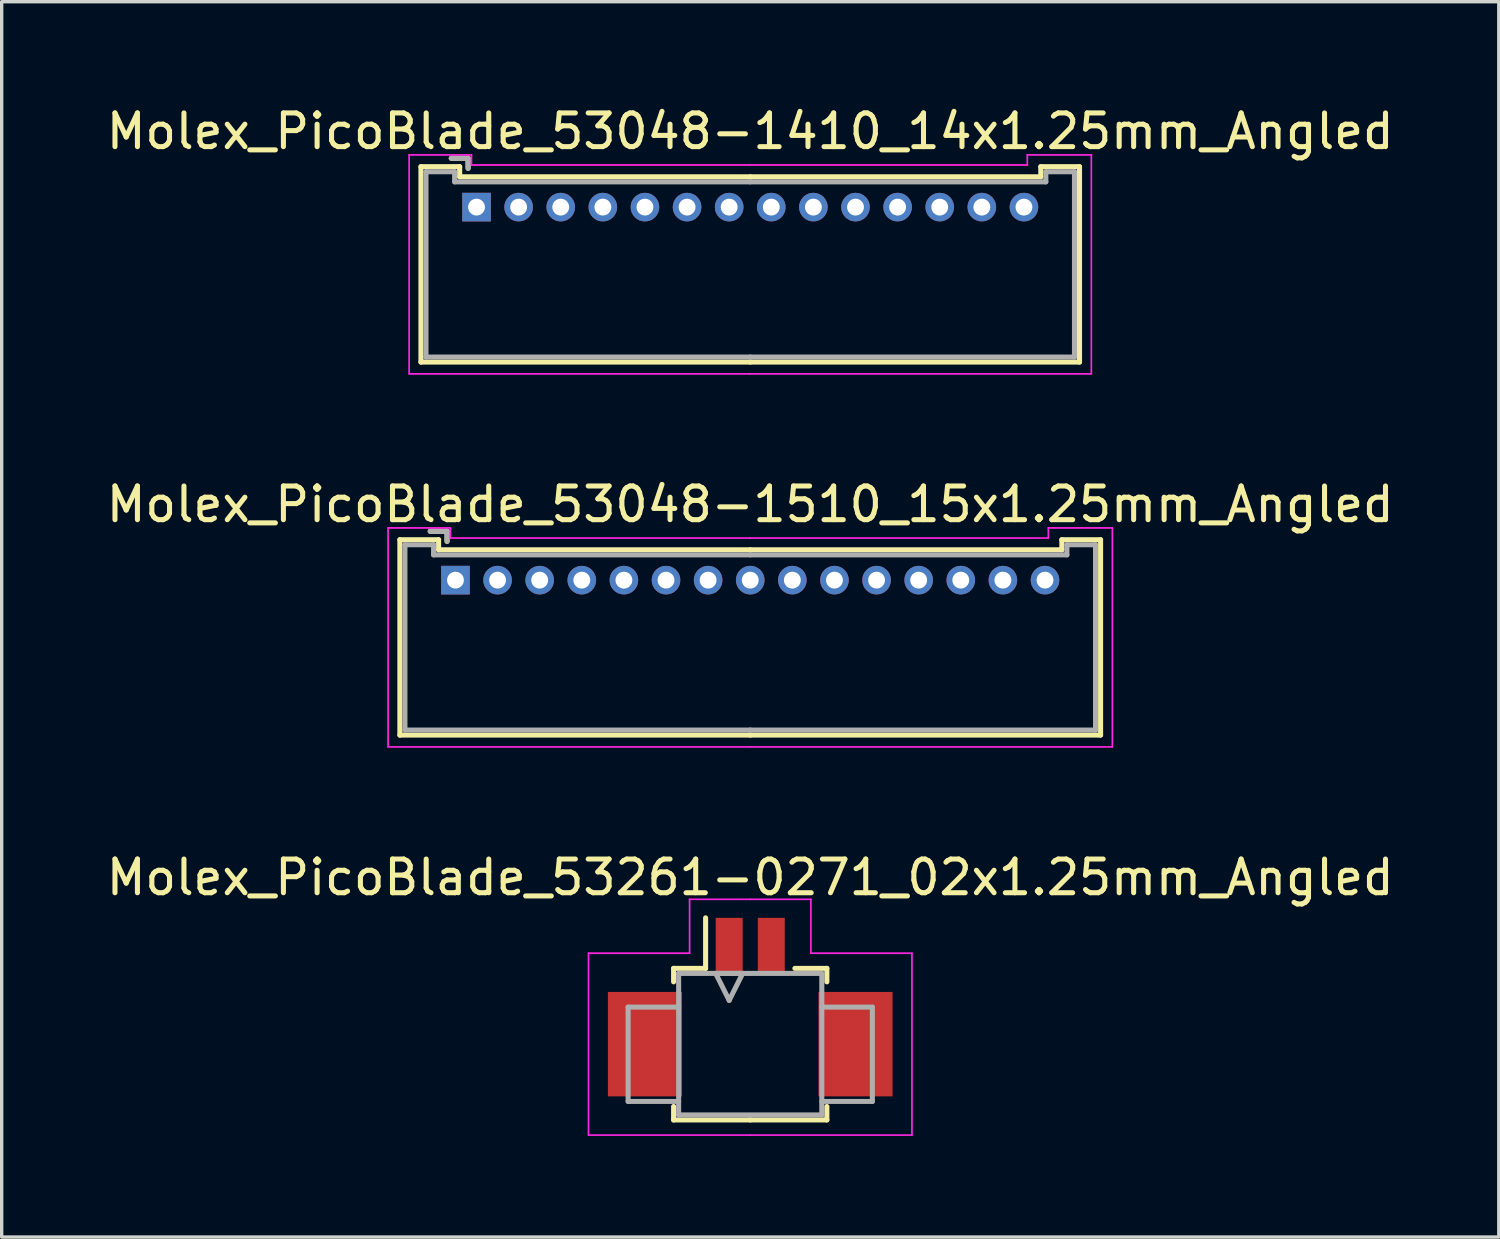
<source format=kicad_pcb>
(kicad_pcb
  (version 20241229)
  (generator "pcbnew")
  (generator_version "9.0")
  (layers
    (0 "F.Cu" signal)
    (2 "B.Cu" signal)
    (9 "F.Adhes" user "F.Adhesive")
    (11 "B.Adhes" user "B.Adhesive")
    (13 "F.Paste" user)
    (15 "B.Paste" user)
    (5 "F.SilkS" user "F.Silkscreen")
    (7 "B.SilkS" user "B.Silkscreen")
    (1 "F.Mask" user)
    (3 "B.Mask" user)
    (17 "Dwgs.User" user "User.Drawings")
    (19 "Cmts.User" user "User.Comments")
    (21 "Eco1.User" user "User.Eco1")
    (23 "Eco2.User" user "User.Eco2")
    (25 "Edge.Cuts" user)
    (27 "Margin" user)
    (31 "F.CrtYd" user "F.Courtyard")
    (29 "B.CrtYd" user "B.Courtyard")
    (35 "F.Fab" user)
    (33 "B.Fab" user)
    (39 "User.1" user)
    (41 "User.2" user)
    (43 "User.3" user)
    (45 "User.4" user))
  (footprint "Molex_PicoBlade_53048-1410_14x1.25mm_Angled"
    (layer "F.Cu")
    (at 11.095 3.098)
    (property "Reference" "Molex_PicoBlade_53048-1410_14x1.25mm_Angled" (at 8.125 -2.25 0) (layer "F.SilkS") (effects (font (size 1 1) (thickness 0.15))))
    (attr through_hole)
    (fp_line (start -1.65 -1.2) (end -1.65 4.6) (stroke (width 0.15) (type solid)) (layer "F.SilkS"))
    (fp_line (start -1.65 4.6) (end 8.125 4.6) (stroke (width 0.15) (type solid)) (layer "F.SilkS"))
    (fp_line (start -0.5 -1.2) (end -1.65 -1.2) (stroke (width 0.15) (type solid)) (layer "F.SilkS"))
    (fp_line (start -0.5 -0.9) (end -0.5 -1.2) (stroke (width 0.15) (type solid)) (layer "F.SilkS"))
    (fp_line (start -0.25 -1.45) (end -0.75 -1.45) (stroke (width 0.15) (type solid)) (layer "F.SilkS"))
    (fp_line (start -0.25 -1.15) (end -0.25 -1.45) (stroke (width 0.15) (type solid)) (layer "F.SilkS"))
    (fp_line (start 8.125 -0.9) (end -0.5 -0.9) (stroke (width 0.15) (type solid)) (layer "F.SilkS"))
    (fp_line (start 8.125 -0.9) (end 16.75 -0.9) (stroke (width 0.15) (type solid)) (layer "F.SilkS"))
    (fp_line (start 16.75 -1.2) (end 17.9 -1.2) (stroke (width 0.15) (type solid)) (layer "F.SilkS"))
    (fp_line (start 16.75 -0.9) (end 16.75 -1.2) (stroke (width 0.15) (type solid)) (layer "F.SilkS"))
    (fp_line (start 17.9 -1.2) (end 17.9 4.6) (stroke (width 0.15) (type solid)) (layer "F.SilkS"))
    (fp_line (start 17.9 4.6) (end 8.125 4.6) (stroke (width 0.15) (type solid)) (layer "F.SilkS"))
    (fp_line (start -2 -1.55) (end -2 4.95) (stroke (width 0.05) (type solid)) (layer "F.CrtYd"))
    (fp_line (start -2 4.95) (end 8.1 4.95) (stroke (width 0.05) (type solid)) (layer "F.CrtYd"))
    (fp_line (start -0.15 -1.55) (end -2 -1.55) (stroke (width 0.05) (type solid)) (layer "F.CrtYd"))
    (fp_line (start -0.15 -1.25) (end -0.15 -1.55) (stroke (width 0.05) (type solid)) (layer "F.CrtYd"))
    (fp_line (start 8.1 -1.25) (end -0.15 -1.25) (stroke (width 0.05) (type solid)) (layer "F.CrtYd"))
    (fp_line (start 8.1 -1.25) (end 16.35 -1.25) (stroke (width 0.05) (type solid)) (layer "F.CrtYd"))
    (fp_line (start 16.35 -1.55) (end 18.25 -1.55) (stroke (width 0.05) (type solid)) (layer "F.CrtYd"))
    (fp_line (start 16.35 -1.25) (end 16.35 -1.55) (stroke (width 0.05) (type solid)) (layer "F.CrtYd"))
    (fp_line (start 18.25 -1.55) (end 18.25 4.95) (stroke (width 0.05) (type solid)) (layer "F.CrtYd"))
    (fp_line (start 18.25 4.95) (end 8.1 4.95) (stroke (width 0.05) (type solid)) (layer "F.CrtYd"))
    (fp_line (start -1.5 -1.05) (end -1.5 4.45) (stroke (width 0.15) (type solid)) (layer "F.Fab"))
    (fp_line (start -1.5 4.45) (end 8.125 4.45) (stroke (width 0.15) (type solid)) (layer "F.Fab"))
    (fp_line (start -0.65 -1.05) (end -1.5 -1.05) (stroke (width 0.15) (type solid)) (layer "F.Fab"))
    (fp_line (start -0.65 -0.75) (end -0.65 -1.05) (stroke (width 0.15) (type solid)) (layer "F.Fab"))
    (fp_line (start -0.25 -1.45) (end -0.75 -1.45) (stroke (width 0.15) (type solid)) (layer "F.Fab"))
    (fp_line (start -0.25 -1.15) (end -0.25 -1.45) (stroke (width 0.15) (type solid)) (layer "F.Fab"))
    (fp_line (start 8.125 -0.75) (end -0.65 -0.75) (stroke (width 0.15) (type solid)) (layer "F.Fab"))
    (fp_line (start 8.125 -0.75) (end 16.9 -0.75) (stroke (width 0.15) (type solid)) (layer "F.Fab"))
    (fp_line (start 16.9 -1.05) (end 17.75 -1.05) (stroke (width 0.15) (type solid)) (layer "F.Fab"))
    (fp_line (start 16.9 -0.75) (end 16.9 -1.05) (stroke (width 0.15) (type solid)) (layer "F.Fab"))
    (fp_line (start 17.75 -1.05) (end 17.75 4.45) (stroke (width 0.15) (type solid)) (layer "F.Fab"))
    (fp_line (start 17.75 4.45) (end 8.125 4.45) (stroke (width 0.15) (type solid)) (layer "F.Fab"))
    (pad "1" thru_hole rect (at 0 0) (size 0.85 0.85) (drill 0.5) (layers "*.Cu" "*.Mask"))
    (pad "2" thru_hole circle (at 1.25 0) (size 0.85 0.85) (drill 0.5) (layers "*.Cu" "*.Mask"))
    (pad "3" thru_hole circle (at 2.5 0) (size 0.85 0.85) (drill 0.5) (layers "*.Cu" "*.Mask"))
    (pad "4" thru_hole circle (at 3.75 0) (size 0.85 0.85) (drill 0.5) (layers "*.Cu" "*.Mask"))
    (pad "5" thru_hole circle (at 5 0) (size 0.85 0.85) (drill 0.5) (layers "*.Cu" "*.Mask"))
    (pad "6" thru_hole circle (at 6.25 0) (size 0.85 0.85) (drill 0.5) (layers "*.Cu" "*.Mask"))
    (pad "7" thru_hole circle (at 7.5 0) (size 0.85 0.85) (drill 0.5) (layers "*.Cu" "*.Mask"))
    (pad "8" thru_hole circle (at 8.75 0) (size 0.85 0.85) (drill 0.5) (layers "*.Cu" "*.Mask"))
    (pad "9" thru_hole circle (at 10 0) (size 0.85 0.85) (drill 0.5) (layers "*.Cu" "*.Mask"))
    (pad "10" thru_hole circle (at 11.25 0) (size 0.85 0.85) (drill 0.5) (layers "*.Cu" "*.Mask"))
    (pad "11" thru_hole circle (at 12.5 0) (size 0.85 0.85) (drill 0.5) (layers "*.Cu" "*.Mask"))
    (pad "12" thru_hole circle (at 13.75 0) (size 0.85 0.85) (drill 0.5) (layers "*.Cu" "*.Mask"))
    (pad "13" thru_hole circle (at 15 0) (size 0.85 0.85) (drill 0.5) (layers "*.Cu" "*.Mask"))
    (pad "14" thru_hole circle (at 16.25 0) (size 0.85 0.85) (drill 0.5) (layers "*.Cu" "*.Mask")))
  (footprint "Molex_PicoBlade_53261-0271_02x1.25mm_Angled"
    (layer "F.Cu")
    (at 19.22 26.495)
    (property "Reference" "Molex_PicoBlade_53261-0271_02x1.25mm_Angled" (at 0 -3.5 0) (layer "F.SilkS") (effects (font (size 1 1) (thickness 0.15))))
    (attr smd)
    (fp_line (start -2.275 -0.8) (end -2.275 -0.4) (stroke (width 0.15) (type solid)) (layer "F.SilkS"))
    (fp_line (start -2.275 3.3) (end -2.275 3.7) (stroke (width 0.15) (type solid)) (layer "F.SilkS"))
    (fp_line (start -2.275 3.7) (end 0 3.7) (stroke (width 0.15) (type solid)) (layer "F.SilkS"))
    (fp_line (start -1.325 -0.8) (end -2.275 -0.8) (stroke (width 0.15) (type solid)) (layer "F.SilkS"))
    (fp_line (start -1.325 -0.8) (end -1.325 -2.3) (stroke (width 0.15) (type solid)) (layer "F.SilkS"))
    (fp_line (start 1.325 -0.8) (end 2.275 -0.8) (stroke (width 0.15) (type solid)) (layer "F.SilkS"))
    (fp_line (start 2.275 -0.8) (end 2.275 -0.4) (stroke (width 0.15) (type solid)) (layer "F.SilkS"))
    (fp_line (start 2.275 3.3) (end 2.275 3.7) (stroke (width 0.15) (type solid)) (layer "F.SilkS"))
    (fp_line (start 2.275 3.7) (end 0 3.7) (stroke (width 0.15) (type solid)) (layer "F.SilkS"))
    (fp_line (start -4.8 -1.25) (end -4.8 4.15) (stroke (width 0.05) (type solid)) (layer "F.CrtYd"))
    (fp_line (start -4.8 4.15) (end 0 4.15) (stroke (width 0.05) (type solid)) (layer "F.CrtYd"))
    (fp_line (start -1.8 -2.85) (end -1.8 -1.25) (stroke (width 0.05) (type solid)) (layer "F.CrtYd"))
    (fp_line (start -1.8 -1.25) (end -4.8 -1.25) (stroke (width 0.05) (type solid)) (layer "F.CrtYd"))
    (fp_line (start 0 -2.85) (end -1.8 -2.85) (stroke (width 0.05) (type solid)) (layer "F.CrtYd"))
    (fp_line (start 0 -2.85) (end 1.8 -2.85) (stroke (width 0.05) (type solid)) (layer "F.CrtYd"))
    (fp_line (start 1.8 -2.85) (end 1.8 -1.25) (stroke (width 0.05) (type solid)) (layer "F.CrtYd"))
    (fp_line (start 1.8 -1.25) (end 4.8 -1.25) (stroke (width 0.05) (type solid)) (layer "F.CrtYd"))
    (fp_line (start 4.8 -1.25) (end 4.8 4.15) (stroke (width 0.05) (type solid)) (layer "F.CrtYd"))
    (fp_line (start 4.8 4.15) (end 0 4.15) (stroke (width 0.05) (type solid)) (layer "F.CrtYd"))
    (fp_line (start -3.625 0.35) (end -3.625 3.15) (stroke (width 0.15) (type solid)) (layer "F.Fab"))
    (fp_line (start -3.625 3.15) (end -2.125 3.15) (stroke (width 0.15) (type solid)) (layer "F.Fab"))
    (fp_line (start -2.125 -0.65) (end 2.125 -0.65) (stroke (width 0.15) (type solid)) (layer "F.Fab"))
    (fp_line (start -2.125 0.35) (end -3.625 0.35) (stroke (width 0.15) (type solid)) (layer "F.Fab"))
    (fp_line (start -2.125 3.55) (end -2.125 -0.65) (stroke (width 0.15) (type solid)) (layer "F.Fab"))
    (fp_line (start -1.025 -0.65) (end -0.625 0.15) (stroke (width 0.15) (type solid)) (layer "F.Fab"))
    (fp_line (start -0.625 0.15) (end -0.225 -0.65) (stroke (width 0.15) (type solid)) (layer "F.Fab"))
    (fp_line (start -0.225 -0.65) (end -1.025 -0.65) (stroke (width 0.15) (type solid)) (layer "F.Fab"))
    (fp_line (start 2.125 -0.65) (end 2.125 3.55) (stroke (width 0.15) (type solid)) (layer "F.Fab"))
    (fp_line (start 2.125 0.35) (end 3.625 0.35) (stroke (width 0.15) (type solid)) (layer "F.Fab"))
    (fp_line (start 2.125 3.55) (end -2.125 3.55) (stroke (width 0.15) (type solid)) (layer "F.Fab"))
    (fp_line (start 3.625 0.35) (end 3.625 3.15) (stroke (width 0.15) (type solid)) (layer "F.Fab"))
    (fp_line (start 3.625 3.15) (end 2.125 3.15) (stroke (width 0.15) (type solid)) (layer "F.Fab"))
    (pad "" smd rect (at -3.125 1.45) (size 2.2 3.1) (layers "F.Cu" "F.Mask" "F.Paste"))
    (pad "" smd rect (at 3.125 1.45) (size 2.2 3.1) (layers "F.Cu" "F.Mask" "F.Paste"))
    (pad "1" smd rect (at -0.625 -1.45) (size 0.8 1.7) (layers "F.Cu" "F.Mask" "F.Paste"))
    (pad "2" smd rect (at 0.625 -1.45) (size 0.8 1.7) (layers "F.Cu" "F.Mask" "F.Paste")))
  (footprint "Molex_PicoBlade_53048-1510_15x1.25mm_Angled"
    (layer "F.Cu")
    (at 10.47 14.171)
    (property "Reference" "Molex_PicoBlade_53048-1510_15x1.25mm_Angled" (at 8.75 -2.25 0) (layer "F.SilkS") (effects (font (size 1 1) (thickness 0.15))))
    (attr through_hole)
    (fp_line (start -1.65 -1.2) (end -1.65 4.6) (stroke (width 0.15) (type solid)) (layer "F.SilkS"))
    (fp_line (start -1.65 4.6) (end 8.75 4.6) (stroke (width 0.15) (type solid)) (layer "F.SilkS"))
    (fp_line (start -0.5 -1.2) (end -1.65 -1.2) (stroke (width 0.15) (type solid)) (layer "F.SilkS"))
    (fp_line (start -0.5 -0.9) (end -0.5 -1.2) (stroke (width 0.15) (type solid)) (layer "F.SilkS"))
    (fp_line (start -0.25 -1.45) (end -0.75 -1.45) (stroke (width 0.15) (type solid)) (layer "F.SilkS"))
    (fp_line (start -0.25 -1.15) (end -0.25 -1.45) (stroke (width 0.15) (type solid)) (layer "F.SilkS"))
    (fp_line (start 8.75 -0.9) (end -0.5 -0.9) (stroke (width 0.15) (type solid)) (layer "F.SilkS"))
    (fp_line (start 8.75 -0.9) (end 18 -0.9) (stroke (width 0.15) (type solid)) (layer "F.SilkS"))
    (fp_line (start 18 -1.2) (end 19.15 -1.2) (stroke (width 0.15) (type solid)) (layer "F.SilkS"))
    (fp_line (start 18 -0.9) (end 18 -1.2) (stroke (width 0.15) (type solid)) (layer "F.SilkS"))
    (fp_line (start 19.15 -1.2) (end 19.15 4.6) (stroke (width 0.15) (type solid)) (layer "F.SilkS"))
    (fp_line (start 19.15 4.6) (end 8.75 4.6) (stroke (width 0.15) (type solid)) (layer "F.SilkS"))
    (fp_line (start -2 -1.55) (end -2 4.95) (stroke (width 0.05) (type solid)) (layer "F.CrtYd"))
    (fp_line (start -2 4.95) (end 8.75 4.95) (stroke (width 0.05) (type solid)) (layer "F.CrtYd"))
    (fp_line (start -0.15 -1.55) (end -2 -1.55) (stroke (width 0.05) (type solid)) (layer "F.CrtYd"))
    (fp_line (start -0.15 -1.25) (end -0.15 -1.55) (stroke (width 0.05) (type solid)) (layer "F.CrtYd"))
    (fp_line (start 8.75 -1.25) (end -0.15 -1.25) (stroke (width 0.05) (type solid)) (layer "F.CrtYd"))
    (fp_line (start 8.75 -1.25) (end 17.6 -1.25) (stroke (width 0.05) (type solid)) (layer "F.CrtYd"))
    (fp_line (start 17.6 -1.55) (end 19.5 -1.55) (stroke (width 0.05) (type solid)) (layer "F.CrtYd"))
    (fp_line (start 17.6 -1.25) (end 17.6 -1.55) (stroke (width 0.05) (type solid)) (layer "F.CrtYd"))
    (fp_line (start 19.5 -1.55) (end 19.5 4.95) (stroke (width 0.05) (type solid)) (layer "F.CrtYd"))
    (fp_line (start 19.5 4.95) (end 8.75 4.95) (stroke (width 0.05) (type solid)) (layer "F.CrtYd"))
    (fp_line (start -1.5 -1.05) (end -1.5 4.45) (stroke (width 0.15) (type solid)) (layer "F.Fab"))
    (fp_line (start -1.5 4.45) (end 8.75 4.45) (stroke (width 0.15) (type solid)) (layer "F.Fab"))
    (fp_line (start -0.65 -1.05) (end -1.5 -1.05) (stroke (width 0.15) (type solid)) (layer "F.Fab"))
    (fp_line (start -0.65 -0.75) (end -0.65 -1.05) (stroke (width 0.15) (type solid)) (layer "F.Fab"))
    (fp_line (start -0.25 -1.45) (end -0.75 -1.45) (stroke (width 0.15) (type solid)) (layer "F.Fab"))
    (fp_line (start -0.25 -1.15) (end -0.25 -1.45) (stroke (width 0.15) (type solid)) (layer "F.Fab"))
    (fp_line (start 8.75 -0.75) (end -0.65 -0.75) (stroke (width 0.15) (type solid)) (layer "F.Fab"))
    (fp_line (start 8.75 -0.75) (end 18.15 -0.75) (stroke (width 0.15) (type solid)) (layer "F.Fab"))
    (fp_line (start 18.15 -1.05) (end 19 -1.05) (stroke (width 0.15) (type solid)) (layer "F.Fab"))
    (fp_line (start 18.15 -0.75) (end 18.15 -1.05) (stroke (width 0.15) (type solid)) (layer "F.Fab"))
    (fp_line (start 19 -1.05) (end 19 4.45) (stroke (width 0.15) (type solid)) (layer "F.Fab"))
    (fp_line (start 19 4.45) (end 8.75 4.45) (stroke (width 0.15) (type solid)) (layer "F.Fab"))
    (pad "1" thru_hole rect (at 0 0) (size 0.85 0.85) (drill 0.5) (layers "*.Cu" "*.Mask"))
    (pad "2" thru_hole circle (at 1.25 0) (size 0.85 0.85) (drill 0.5) (layers "*.Cu" "*.Mask"))
    (pad "3" thru_hole circle (at 2.5 0) (size 0.85 0.85) (drill 0.5) (layers "*.Cu" "*.Mask"))
    (pad "4" thru_hole circle (at 3.75 0) (size 0.85 0.85) (drill 0.5) (layers "*.Cu" "*.Mask"))
    (pad "5" thru_hole circle (at 5 0) (size 0.85 0.85) (drill 0.5) (layers "*.Cu" "*.Mask"))
    (pad "6" thru_hole circle (at 6.25 0) (size 0.85 0.85) (drill 0.5) (layers "*.Cu" "*.Mask"))
    (pad "7" thru_hole circle (at 7.5 0) (size 0.85 0.85) (drill 0.5) (layers "*.Cu" "*.Mask"))
    (pad "8" thru_hole circle (at 8.75 0) (size 0.85 0.85) (drill 0.5) (layers "*.Cu" "*.Mask"))
    (pad "9" thru_hole circle (at 10 0) (size 0.85 0.85) (drill 0.5) (layers "*.Cu" "*.Mask"))
    (pad "10" thru_hole circle (at 11.25 0) (size 0.85 0.85) (drill 0.5) (layers "*.Cu" "*.Mask"))
    (pad "11" thru_hole circle (at 12.5 0) (size 0.85 0.85) (drill 0.5) (layers "*.Cu" "*.Mask"))
    (pad "12" thru_hole circle (at 13.75 0) (size 0.85 0.85) (drill 0.5) (layers "*.Cu" "*.Mask"))
    (pad "13" thru_hole circle (at 15 0) (size 0.85 0.85) (drill 0.5) (layers "*.Cu" "*.Mask"))
    (pad "14" thru_hole circle (at 16.25 0) (size 0.85 0.85) (drill 0.5) (layers "*.Cu" "*.Mask"))
    (pad "15" thru_hole circle (at 17.5 0) (size 0.85 0.85) (drill 0.5) (layers "*.Cu" "*.Mask")))
  (gr_rect
    (start -3 -3)
    (end 41.44 33.67)
    (stroke (width 0.1) (type default))
    (fill no)
    (layer "Edge.Cuts")))
</source>
